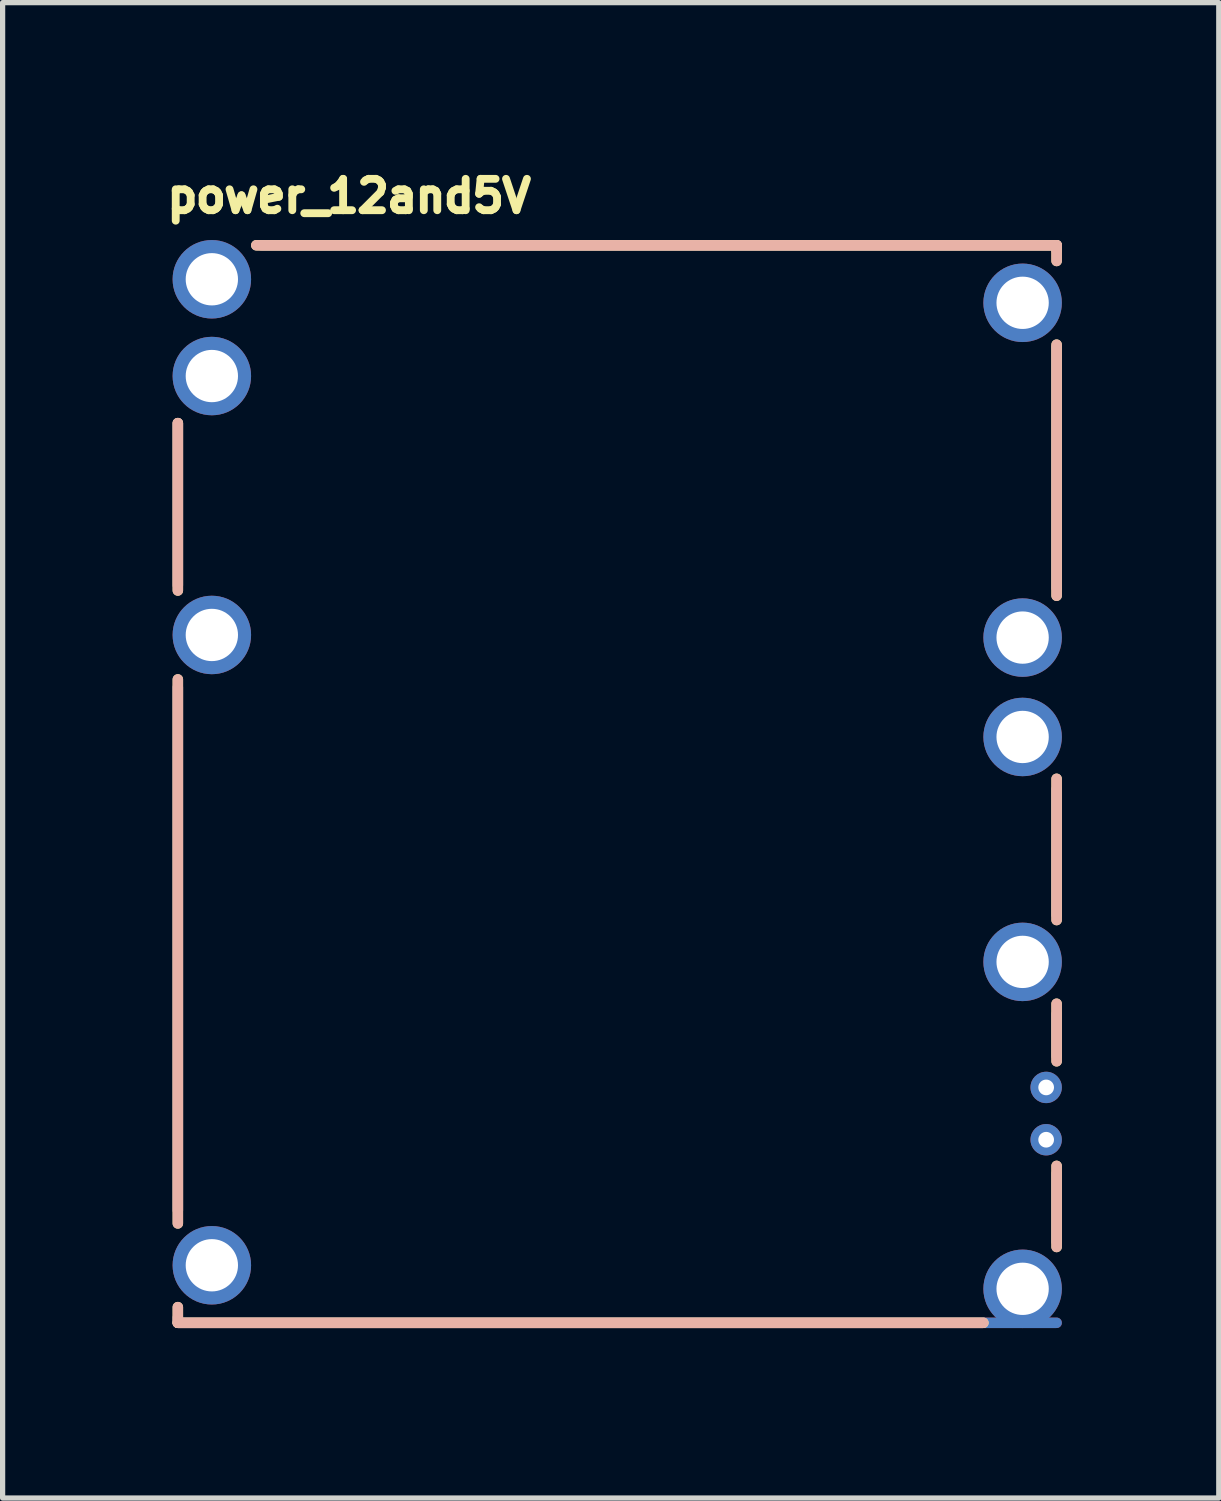
<source format=kicad_pcb>
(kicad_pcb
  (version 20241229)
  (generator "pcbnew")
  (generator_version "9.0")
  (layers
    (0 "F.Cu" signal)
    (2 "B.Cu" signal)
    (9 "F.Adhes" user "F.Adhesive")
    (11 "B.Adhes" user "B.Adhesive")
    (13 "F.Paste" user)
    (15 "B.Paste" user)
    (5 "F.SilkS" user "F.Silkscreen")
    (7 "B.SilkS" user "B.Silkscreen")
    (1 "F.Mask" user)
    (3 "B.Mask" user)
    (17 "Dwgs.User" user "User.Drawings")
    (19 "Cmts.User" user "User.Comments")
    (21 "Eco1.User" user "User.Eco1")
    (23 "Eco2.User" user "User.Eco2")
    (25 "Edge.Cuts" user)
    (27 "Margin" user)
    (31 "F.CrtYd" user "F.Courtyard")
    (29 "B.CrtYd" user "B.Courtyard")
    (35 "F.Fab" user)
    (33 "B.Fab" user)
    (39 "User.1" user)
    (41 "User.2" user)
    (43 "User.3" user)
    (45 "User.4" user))
  (footprint "power_12and5V"
    (layer "F.Cu")
    (at 0.25 22.339)
    (property "Reference" "power_12and5V" (at -0.182 -21.289 0) (unlocked yes) (layer "F.SilkS") (effects (font (size 0.6 0.6) (thickness 0.254)) (justify left bottom)))
    (fp_line (start 0.1 -14.1) (end 0.1 -17.3) (stroke (width 0.2) (type solid)) (layer "F.SilkS"))
    (fp_line (start 0.1 -2) (end 0.1 -12.4) (stroke (width 0.2) (type solid)) (layer "F.SilkS"))
    (fp_line (start 0.1 -0.1) (end 0.1 -0.4) (stroke (width 0.2) (type solid)) (layer "F.SilkS"))
    (fp_line (start 0.1 -0.1) (end 15.5 -0.1) (stroke (width 0.2) (type solid)) (layer "F.SilkS"))
    (fp_line (start 1.6 -20.7) (end 16.9 -20.7) (stroke (width 0.2) (type solid)) (layer "F.SilkS"))
    (fp_line (start 16.9 -14) (end 16.9 -18.8) (stroke (width 0.2) (type solid)) (layer "F.SilkS"))
    (fp_line (start 16.9 -7.8) (end 16.9 -10.5) (stroke (width 0.2) (type solid)) (layer "F.SilkS"))
    (fp_line (start 16.9 -5.1) (end 16.9 -6.2) (stroke (width 0.2) (type solid)) (layer "F.SilkS"))
    (fp_line (start 16.9 -1.55) (end 16.9 -3.1) (stroke (width 0.2) (type solid)) (layer "F.SilkS"))
    (fp_line (start 16.9 -20.4) (end 16.9 -20.7) (stroke (width 0.2) (type solid)) (layer "F.SilkS"))
    (fp_line (start 0.1 -14.1) (end 0.1 -17.3) (stroke (width 0.2) (type solid)) (layer "B.SilkS"))
    (fp_line (start 0.1 -2) (end 0.1 -12.4) (stroke (width 0.2) (type solid)) (layer "B.SilkS"))
    (fp_line (start 0.1 -0.1) (end 0.1 -0.4) (stroke (width 0.2) (type solid)) (layer "B.SilkS"))
    (fp_line (start 0.1 -0.1) (end 15.5 -0.1) (stroke (width 0.2) (type solid)) (layer "B.SilkS"))
    (fp_line (start 1.6 -20.7) (end 16.9 -20.7) (stroke (width 0.2) (type solid)) (layer "B.SilkS"))
    (fp_line (start 16.9 -14) (end 16.9 -18.8) (stroke (width 0.2) (type solid)) (layer "B.SilkS"))
    (fp_line (start 16.9 -7.8) (end 16.9 -10.5) (stroke (width 0.2) (type solid)) (layer "B.SilkS"))
    (fp_line (start 16.9 -5.1) (end 16.9 -6.2) (stroke (width 0.2) (type solid)) (layer "B.SilkS"))
    (fp_line (start 16.9 -1.55) (end 16.9 -3.1) (stroke (width 0.2) (type solid)) (layer "B.SilkS"))
    (fp_line (start 16.9 -20.4) (end 16.9 -20.7) (stroke (width 0.2) (type solid)) (layer "B.SilkS"))
    (pad "E1" thru_hole circle (at 16.25 -19.6) (size 1.5 1.5) (drill 1) (layers "*.Cu" "*.Mask"))
    (pad "E2" thru_hole circle (at 16.25 -13.2) (size 1.5 1.5) (drill 1) (layers "*.Cu" "*.Mask"))
    (pad "E3" thru_hole circle (at 16.25 -11.3) (size 1.5 1.5) (drill 1) (layers "*.Cu" "*.Mask"))
    (pad "E4" thru_hole circle (at 16.25 -7) (size 1.5 1.5) (drill 1) (layers "*.Cu" "*.Mask"))
    (pad "E5" thru_hole circle (at 16.7 -4.6 180) (size 0.6 0.6) (drill 0.3) (layers "*.Cu" "*.Mask"))
    (pad "E6" thru_hole circle (at 16.7 -3.6) (size 0.6 0.6) (drill 0.3) (layers "*.Cu" "*.Mask"))
    (pad "S1" smd oval (at 0.1 -15.75 270) (size 3.3 0.2) (layers "F.Cu" "F.Mask" "F.Paste"))
    (pad "S1" smd oval (at 0.1 -15.75 270) (size 3.3 0.2) (layers "B.Cu" "B.Mask" "B.Paste"))
    (pad "S1" smd oval (at 0.1 -15.75 270) (size 3.3 0.2) (layers "In1.Cu"))
    (pad "S1" smd oval (at 0.1 -15.75 270) (size 3.3 0.2) (layers "In2.Cu"))
    (pad "S1" smd oval (at 0.1 -7.25 90) (size 10.2 0.2) (layers "F.Cu" "F.Mask" "F.Paste"))
    (pad "S1" smd oval (at 0.1 -7.25 90) (size 10.2 0.2) (layers "B.Cu" "B.Mask" "B.Paste"))
    (pad "S1" smd oval (at 0.1 -7.25 90) (size 10.2 0.2) (layers "In1.Cu"))
    (pad "S1" smd oval (at 0.1 -7.25 90) (size 10.2 0.2) (layers "In2.Cu"))
    (pad "S1" smd oval (at 0.1 -0.15 90) (size 0.3 0.2) (layers "F.Cu" "F.Mask" "F.Paste"))
    (pad "S1" smd oval (at 0.1 -0.15 90) (size 0.3 0.2) (layers "B.Cu" "B.Mask" "B.Paste"))
    (pad "S1" smd oval (at 0.1 -0.15 90) (size 0.3 0.2) (layers "In1.Cu"))
    (pad "S1" smd oval (at 0.1 -0.15 90) (size 0.3 0.2) (layers "In2.Cu"))
    (pad "S1" smd oval (at 8.5 -0.1) (size 17 0.2) (layers "F.Cu" "F.Mask" "F.Paste"))
    (pad "S1" smd oval (at 8.5 -0.1) (size 17 0.2) (layers "B.Cu" "B.Mask" "B.Paste"))
    (pad "S1" smd oval (at 8.5 -0.1) (size 17 0.2) (layers "In1.Cu"))
    (pad "S1" smd oval (at 8.5 -0.1) (size 17 0.2) (layers "In2.Cu"))
    (pad "S1" smd oval (at 9.3 -20.7) (size 15.4 0.2) (layers "F.Cu" "F.Mask" "F.Paste"))
    (pad "S1" smd oval (at 9.3 -20.7) (size 15.4 0.2) (layers "B.Cu" "B.Mask" "B.Paste"))
    (pad "S1" smd oval (at 9.3 -20.7) (size 15.4 0.2) (layers "In1.Cu"))
    (pad "S1" smd oval (at 9.3 -20.7) (size 15.4 0.2) (layers "In2.Cu"))
    (pad "S1" thru_hole circle (at 16.25 -0.75 90) (size 1.5 1.5) (drill 1) (layers "*.Cu" "*.Mask"))
    (pad "S1" smd oval (at 16.9 -20.65 90) (size 0.3 0.2) (layers "F.Cu" "F.Mask" "F.Paste"))
    (pad "S1" smd oval (at 16.9 -20.65 90) (size 0.3 0.2) (layers "B.Cu" "B.Mask" "B.Paste"))
    (pad "S1" smd oval (at 16.9 -20.65 90) (size 0.3 0.2) (layers "In1.Cu"))
    (pad "S1" smd oval (at 16.9 -20.65 90) (size 0.3 0.2) (layers "In2.Cu"))
    (pad "S1" smd oval (at 16.9 -16.45 90) (size 4.8 0.2) (layers "F.Cu" "F.Mask" "F.Paste"))
    (pad "S1" smd oval (at 16.9 -16.45 90) (size 4.8 0.2) (layers "B.Cu" "B.Mask" "B.Paste"))
    (pad "S1" smd oval (at 16.9 -16.45 90) (size 4.8 0.2) (layers "In1.Cu"))
    (pad "S1" smd oval (at 16.9 -16.45 90) (size 4.8 0.2) (layers "In2.Cu"))
    (pad "S1" smd oval (at 16.9 -9.1 270) (size 2.6 0.2) (layers "F.Cu" "F.Mask" "F.Paste"))
    (pad "S1" smd oval (at 16.9 -9.1 270) (size 2.6 0.2) (layers "B.Cu" "B.Mask" "B.Paste"))
    (pad "S1" smd oval (at 16.9 -9.1 270) (size 2.6 0.2) (layers "In1.Cu"))
    (pad "S1" smd oval (at 16.9 -9.1 270) (size 2.6 0.2) (layers "In2.Cu"))
    (pad "S1" smd oval (at 16.9 -5.6 270) (size 1 0.2) (layers "F.Cu" "F.Mask" "F.Paste"))
    (pad "S1" smd oval (at 16.9 -5.6 270) (size 1 0.2) (layers "B.Cu" "B.Mask" "B.Paste"))
    (pad "S1" smd oval (at 16.9 -5.6 270) (size 1 0.2) (layers "In1.Cu"))
    (pad "S1" smd oval (at 16.9 -5.6 270) (size 1 0.2) (layers "In2.Cu"))
    (pad "S1" smd oval (at 16.9 -2.3 270) (size 1.5 0.2) (layers "F.Cu" "F.Mask" "F.Paste"))
    (pad "S1" smd oval (at 16.9 -2.3 270) (size 1.5 0.2) (layers "B.Cu" "B.Mask" "B.Paste"))
    (pad "S1" smd oval (at 16.9 -2.3 270) (size 1.5 0.2) (layers "In1.Cu"))
    (pad "S1" smd oval (at 16.9 -2.3 270) (size 1.5 0.2) (layers "In2.Cu"))
    (pad "V1" thru_hole circle (at 0.75 -20.05) (size 1.5 1.5) (drill 1) (layers "*.Cu" "*.Mask"))
    (pad "V2" thru_hole circle (at 0.75 -18.2) (size 1.5 1.5) (drill 1) (layers "*.Cu" "*.Mask"))
    (pad "V3" thru_hole circle (at 0.75 -13.25) (size 1.5 1.5) (drill 1) (layers "*.Cu" "*.Mask"))
    (pad "V4" thru_hole circle (at 0.75 -1.2) (size 1.5 1.5) (drill 1) (layers "*.Cu" "*.Mask"))
    (zone (net_name "") (layers "F.Cu" "B.Cu") (hatch edge 0.508) (connect_pads) (min_thickness 0.254) (filled_areas_thickness no) (keepout (tracks allowed) (vias allowed) (pads allowed) (copperpour not_allowed) (footprints allowed)) (placement (enabled no)) (fill) (polygon (pts (xy 17.15 22.239) (xy 0.35 22.239) (xy 0.35 1.649) (xy 17.15 1.649)))))
  (gr_rect
    (start -3 -3)
    (end 20.25 25.589)
    (stroke (width 0.1) (type default))
    (fill no)
    (layer "Edge.Cuts")))
</source>
